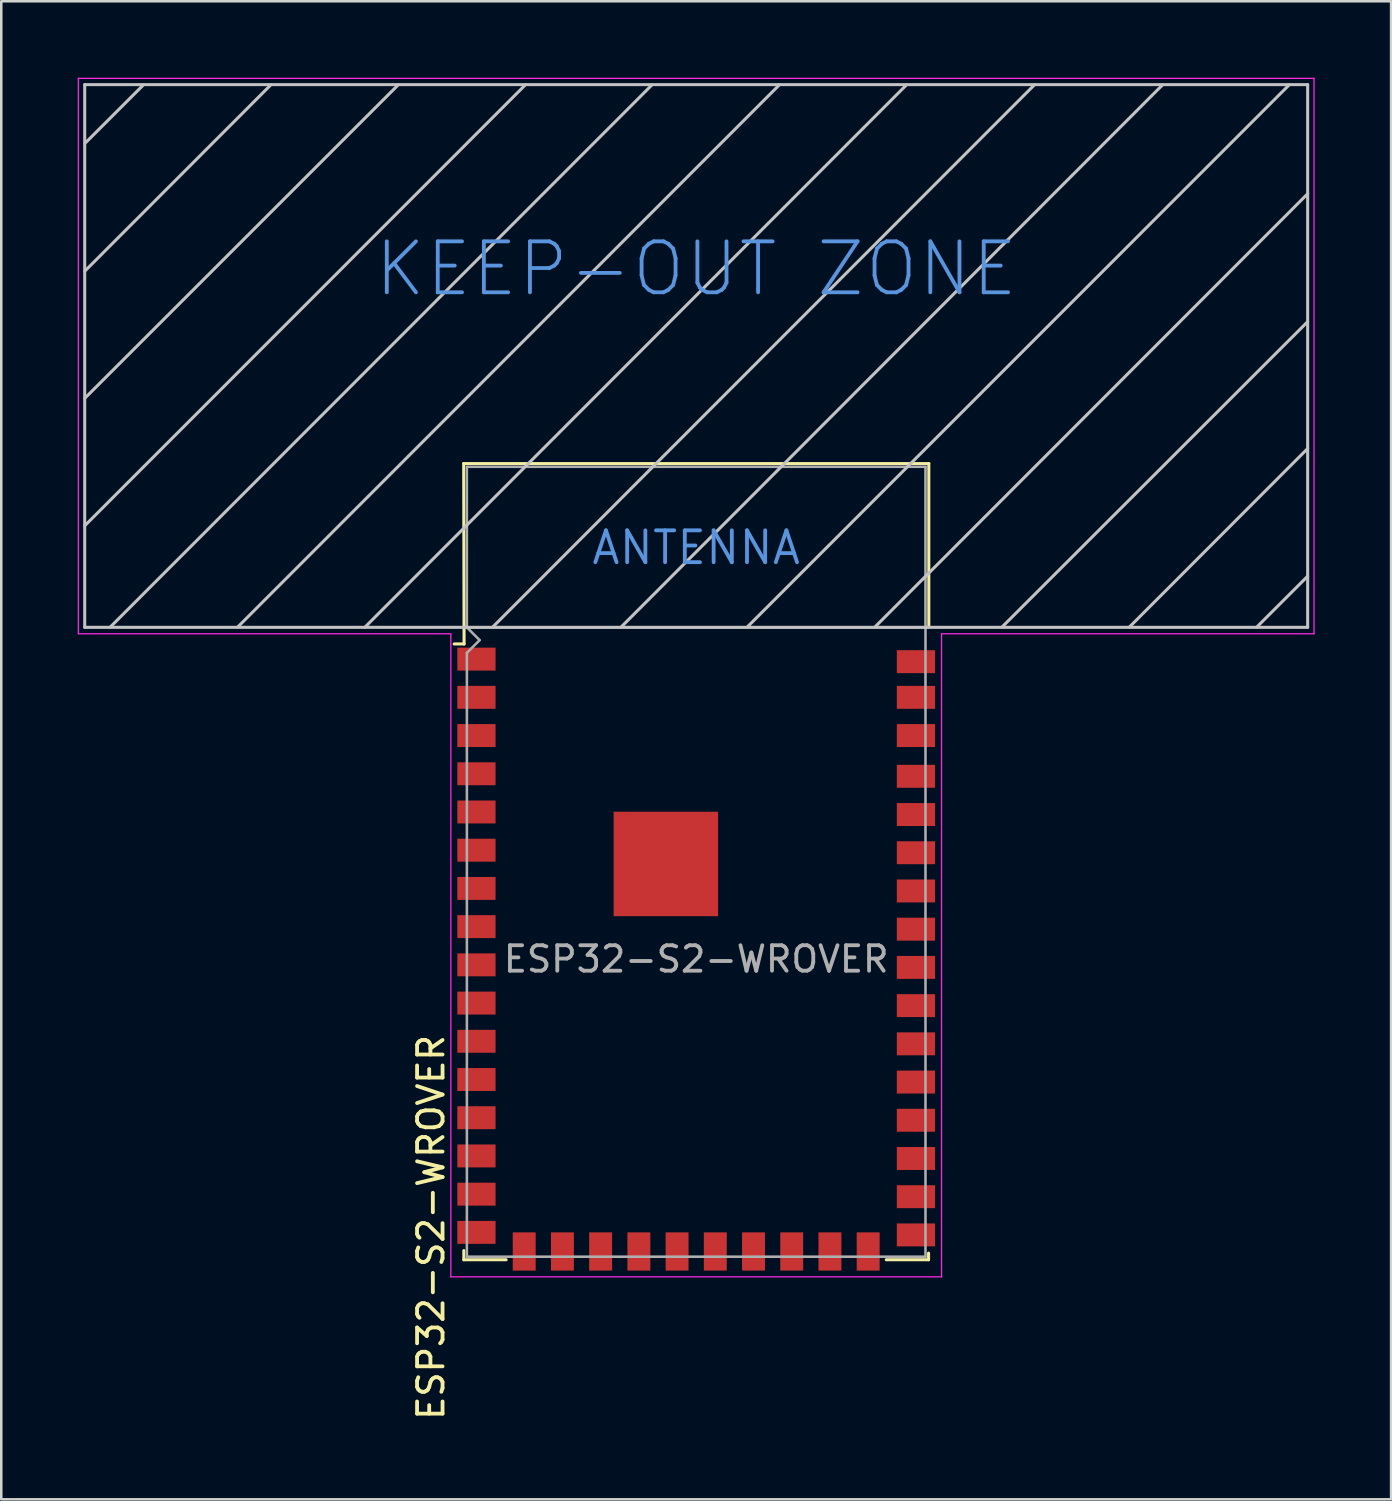
<source format=kicad_pcb>
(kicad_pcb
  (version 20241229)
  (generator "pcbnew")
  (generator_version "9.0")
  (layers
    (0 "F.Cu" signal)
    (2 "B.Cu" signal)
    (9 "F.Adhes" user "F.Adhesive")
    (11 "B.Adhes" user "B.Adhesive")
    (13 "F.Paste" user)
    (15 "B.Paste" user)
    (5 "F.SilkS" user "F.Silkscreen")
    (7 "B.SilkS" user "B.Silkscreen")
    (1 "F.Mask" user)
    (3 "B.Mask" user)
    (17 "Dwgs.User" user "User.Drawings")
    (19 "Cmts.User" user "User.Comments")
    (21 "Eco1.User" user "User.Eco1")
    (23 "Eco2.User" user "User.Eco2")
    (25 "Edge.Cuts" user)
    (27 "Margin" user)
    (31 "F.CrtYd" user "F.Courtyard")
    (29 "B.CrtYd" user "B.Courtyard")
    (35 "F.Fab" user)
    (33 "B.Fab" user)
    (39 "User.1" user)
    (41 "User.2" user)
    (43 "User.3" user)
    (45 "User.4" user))
  (footprint "ESP32-S2-WROVER"
    (layer "F.Cu")
    (at 24.275 34.595)
    (property "Reference" "ESP32-S2-WROVER" (at -10.41 10.53 90) (layer "F.SilkS") (effects (font (size 1 1) (thickness 0.15))))
    (attr smd)
    (fp_line (start -9.125 -19.45) (end 9.13 -19.45) (stroke (width 0.12) (type solid)) (layer "F.SilkS"))
    (fp_line (start -9.12 11.44) (end -9.12 11.8) (stroke (width 0.12) (type solid)) (layer "F.SilkS"))
    (fp_line (start -9.12 11.8) (end -7.46 11.8) (stroke (width 0.12) (type solid)) (layer "F.SilkS"))
    (fp_line (start -9.11 -12.37) (end -9.5 -12.37) (stroke (width 0.12) (type solid)) (layer "F.SilkS"))
    (fp_line (start -9.11 -12.37) (end -9.125 -19.45) (stroke (width 0.12) (type solid)) (layer "F.SilkS"))
    (fp_line (start 9.12 11.54) (end 9.12 11.8) (stroke (width 0.12) (type solid)) (layer "F.SilkS"))
    (fp_line (start 9.12 11.8) (end 7.46 11.8) (stroke (width 0.12) (type solid)) (layer "F.SilkS"))
    (fp_line (start 9.13 -13.03) (end 9.13 -19.45) (stroke (width 0.12) (type solid)) (layer "F.SilkS"))
    (fp_line (start -24 -34.323) (end -24 -13.023) (stroke (width 0.12) (type solid)) (layer "Dwgs.User"))
    (fp_line (start -24 -34.323) (end 24 -34.323) (stroke (width 0.12) (type solid)) (layer "Dwgs.User"))
    (fp_line (start -24 -13.023) (end 24 -13.023) (stroke (width 0.12) (type solid)) (layer "Dwgs.User"))
    (fp_line (start -21.69 -34.32) (end -23.99 -32.02) (stroke (width 0.12) (type solid)) (layer "Dwgs.User"))
    (fp_line (start -16.69 -34.32) (end -24 -27) (stroke (width 0.12) (type solid)) (layer "Dwgs.User"))
    (fp_line (start -11.69 -34.32) (end -24 -22.01) (stroke (width 0.12) (type solid)) (layer "Dwgs.User"))
    (fp_line (start -6.7 -34.32) (end -24 -17.01) (stroke (width 0.12) (type solid)) (layer "Dwgs.User"))
    (fp_line (start -1.73 -34.32) (end -23 -13.03) (stroke (width 0.12) (type solid)) (layer "Dwgs.User"))
    (fp_line (start 3.27 -34.32) (end -18 -13.03) (stroke (width 0.12) (type solid)) (layer "Dwgs.User"))
    (fp_line (start 8.26 -34.32) (end -13.01 -13.02) (stroke (width 0.12) (type solid)) (layer "Dwgs.User"))
    (fp_line (start 13.28 -34.32) (end -7.99 -13.03) (stroke (width 0.12) (type solid)) (layer "Dwgs.User"))
    (fp_line (start 18.31 -34.32) (end -2.95 -13.03) (stroke (width 0.12) (type solid)) (layer "Dwgs.User"))
    (fp_line (start 23.28 -34.32) (end 2 -13.03) (stroke (width 0.12) (type solid)) (layer "Dwgs.User"))
    (fp_line (start 24 -34.323) (end 24 -13.023) (stroke (width 0.12) (type solid)) (layer "Dwgs.User"))
    (fp_line (start 24 -30.04) (end 7.01 -13.03) (stroke (width 0.12) (type solid)) (layer "Dwgs.User"))
    (fp_line (start 24 -25.02) (end 12 -13.03) (stroke (width 0.12) (type solid)) (layer "Dwgs.User"))
    (fp_line (start 24 -20.04) (end 17 -13.03) (stroke (width 0.12) (type solid)) (layer "Dwgs.User"))
    (fp_line (start 24 -15.03) (end 22 -13.03) (stroke (width 0.12) (type solid)) (layer "Dwgs.User"))
    (fp_line (start -24.25 -34.57) (end -24.25 -12.77) (stroke (width 0.05) (type solid)) (layer "F.CrtYd"))
    (fp_line (start -24.25 -12.77) (end -9.63 -12.77) (stroke (width 0.05) (type solid)) (layer "F.CrtYd"))
    (fp_line (start -9.63 -12.77) (end -9.63 12.47) (stroke (width 0.05) (type solid)) (layer "F.CrtYd"))
    (fp_line (start -9.63 12.47) (end 9.63 12.47) (stroke (width 0.05) (type solid)) (layer "F.CrtYd"))
    (fp_line (start 9.63 -12.77) (end 24.25 -12.77) (stroke (width 0.05) (type solid)) (layer "F.CrtYd"))
    (fp_line (start 9.63 12.47) (end 9.63 -12.77) (stroke (width 0.05) (type solid)) (layer "F.CrtYd"))
    (fp_line (start 24.25 -34.57) (end -24.25 -34.57) (stroke (width 0.05) (type solid)) (layer "F.CrtYd"))
    (fp_line (start 24.25 -12.77) (end 24.25 -34.57) (stroke (width 0.05) (type solid)) (layer "F.CrtYd"))
    (fp_line (start -9 -19.323) (end 9 -19.323) (stroke (width 0.1) (type solid)) (layer "F.Fab"))
    (fp_line (start -9 -19.32) (end -9 -13.02) (stroke (width 0.1) (type solid)) (layer "F.Fab"))
    (fp_line (start -9 -12.02) (end -9 11.68) (stroke (width 0.1) (type solid)) (layer "F.Fab"))
    (fp_line (start -9 -12.02) (end -8.5 -12.52) (stroke (width 0.1) (type solid)) (layer "F.Fab"))
    (fp_line (start -9 11.68) (end 9 11.68) (stroke (width 0.1) (type solid)) (layer "F.Fab"))
    (fp_line (start -8.5 -12.52) (end -9 -13.02) (stroke (width 0.1) (type solid)) (layer "F.Fab"))
    (fp_line (start 9 -19.32) (end 9 11.68) (stroke (width 0.1) (type solid)) (layer "F.Fab"))
    (fp_line (start 9 -13.023) (end -9 -13.023) (stroke (width 0.1) (type solid)) (layer "F.Fab"))
    (fp_text user "KEEP-OUT ZONE" (at 0 -27.09 0) (layer "Cmts.User") (effects (font (size 2 2) (thickness 0.15))))
    (fp_text user "ANTENNA" (at 0 -16.15 0) (layer "Cmts.User") (effects (font (size 1.25 1.25) (thickness 0.15))))
    (fp_text user "${REFERENCE}" (at 0 0 0) (layer "F.Fab") (effects (font (size 1 1) (thickness 0.15))))
    (pad "1" smd rect (at -8.625 -11.775) (size 1.5 0.9) (layers "F.Cu" "F.Mask" "F.Paste"))
    (pad "2" smd rect (at -8.625 -10.275) (size 1.5 0.9) (layers "F.Cu" "F.Mask" "F.Paste"))
    (pad "3" smd rect (at -8.625 -8.775) (size 1.5 0.9) (layers "F.Cu" "F.Mask" "F.Paste"))
    (pad "4" smd rect (at -8.625 -7.275) (size 1.5 0.9) (layers "F.Cu" "F.Mask" "F.Paste"))
    (pad "5" smd rect (at -8.625 -5.775) (size 1.5 0.9) (layers "F.Cu" "F.Mask" "F.Paste"))
    (pad "6" smd rect (at -8.625 -4.275) (size 1.5 0.9) (layers "F.Cu" "F.Mask" "F.Paste"))
    (pad "7" smd rect (at -8.625 -2.775) (size 1.5 0.9) (layers "F.Cu" "F.Mask" "F.Paste"))
    (pad "8" smd rect (at -8.625 -1.275) (size 1.5 0.9) (layers "F.Cu" "F.Mask" "F.Paste"))
    (pad "9" smd rect (at -8.625 0.225) (size 1.5 0.9) (layers "F.Cu" "F.Mask" "F.Paste"))
    (pad "10" smd rect (at -8.625 1.725) (size 1.5 0.9) (layers "F.Cu" "F.Mask" "F.Paste"))
    (pad "11" smd rect (at -8.625 3.225) (size 1.5 0.9) (layers "F.Cu" "F.Mask" "F.Paste"))
    (pad "12" smd rect (at -8.625 4.725) (size 1.5 0.9) (layers "F.Cu" "F.Mask" "F.Paste"))
    (pad "13" smd rect (at -8.625 6.225) (size 1.5 0.9) (layers "F.Cu" "F.Mask" "F.Paste"))
    (pad "14" smd rect (at -8.625 7.725) (size 1.5 0.9) (layers "F.Cu" "F.Mask" "F.Paste"))
    (pad "15" smd rect (at -8.625 9.225 180) (size 1.5 0.9) (layers "F.Cu" "F.Mask" "F.Paste"))
    (pad "16" smd rect (at -8.625 10.725 180) (size 1.5 0.9) (layers "F.Cu" "F.Mask" "F.Paste"))
    (pad "17" smd rect (at -6.75 11.475) (size 0.9 1.5) (layers "F.Cu" "F.Mask" "F.Paste"))
    (pad "18" smd rect (at -5.25 11.475) (size 0.9 1.5) (layers "F.Cu" "F.Mask" "F.Paste"))
    (pad "19" smd rect (at -3.75 11.475) (size 0.9 1.5) (layers "F.Cu" "F.Mask" "F.Paste"))
    (pad "20" smd rect (at -2.25 11.475) (size 0.9 1.5) (layers "F.Cu" "F.Mask" "F.Paste"))
    (pad "21" smd rect (at -0.75 11.475) (size 0.9 1.5) (layers "F.Cu" "F.Mask" "F.Paste"))
    (pad "22" smd rect (at 0.75 11.475) (size 0.9 1.5) (layers "F.Cu" "F.Mask" "F.Paste"))
    (pad "23" smd rect (at 2.25 11.475) (size 0.9 1.5) (layers "F.Cu" "F.Mask" "F.Paste"))
    (pad "24" smd rect (at 3.75 11.475) (size 0.9 1.5) (layers "F.Cu" "F.Mask" "F.Paste"))
    (pad "25" smd rect (at 5.25 11.475) (size 0.9 1.5) (layers "F.Cu" "F.Mask" "F.Paste"))
    (pad "26" smd rect (at 6.75 11.475) (size 0.9 1.5) (layers "F.Cu" "F.Mask" "F.Paste"))
    (pad "27" smd rect (at 8.625 10.825) (size 1.5 0.9) (layers "F.Cu" "F.Mask" "F.Paste"))
    (pad "28" smd rect (at 8.625 9.325) (size 1.5 0.9) (layers "F.Cu" "F.Mask" "F.Paste"))
    (pad "29" smd rect (at 8.625 7.825) (size 1.5 0.9) (layers "F.Cu" "F.Mask" "F.Paste"))
    (pad "30" smd rect (at 8.625 6.325) (size 1.5 0.9) (layers "F.Cu" "F.Mask" "F.Paste"))
    (pad "31" smd rect (at 8.625 4.825) (size 1.5 0.9) (layers "F.Cu" "F.Mask" "F.Paste"))
    (pad "32" smd rect (at 8.625 3.325) (size 1.5 0.9) (layers "F.Cu" "F.Mask" "F.Paste"))
    (pad "33" smd rect (at 8.625 1.825) (size 1.5 0.9) (layers "F.Cu" "F.Mask" "F.Paste"))
    (pad "34" smd rect (at 8.625 0.325) (size 1.5 0.9) (layers "F.Cu" "F.Mask" "F.Paste"))
    (pad "35" smd rect (at 8.625 -1.175) (size 1.5 0.9) (layers "F.Cu" "F.Mask" "F.Paste"))
    (pad "36" smd rect (at 8.625 -2.675) (size 1.5 0.9) (layers "F.Cu" "F.Mask" "F.Paste"))
    (pad "37" smd rect (at 8.625 -4.175) (size 1.5 0.9) (layers "F.Cu" "F.Mask" "F.Paste"))
    (pad "38" smd rect (at 8.625 -5.675) (size 1.5 0.9) (layers "F.Cu" "F.Mask" "F.Paste"))
    (pad "39" smd rect (at 8.625 -7.175) (size 1.5 0.9) (layers "F.Cu" "F.Mask" "F.Paste"))
    (pad "40" smd rect (at 8.625 -8.775) (size 1.5 0.9) (layers "F.Cu" "F.Mask" "F.Paste"))
    (pad "41" smd rect (at 8.625 -10.275) (size 1.5 0.9) (layers "F.Cu" "F.Mask" "F.Paste"))
    (pad "42" smd rect (at 8.625 -11.675) (size 1.5 0.9) (layers "F.Cu" "F.Mask" "F.Paste"))
    (pad "43" smd rect (at -1.19 -3.735) (size 4.1 4.1) (layers "F.Cu" "F.Mask" "F.Paste")))
  (gr_rect
    (start -3 -3)
    (end 51.55 55.798)
    (stroke (width 0.1) (type default))
    (fill no)
    (layer "Edge.Cuts")))
</source>
